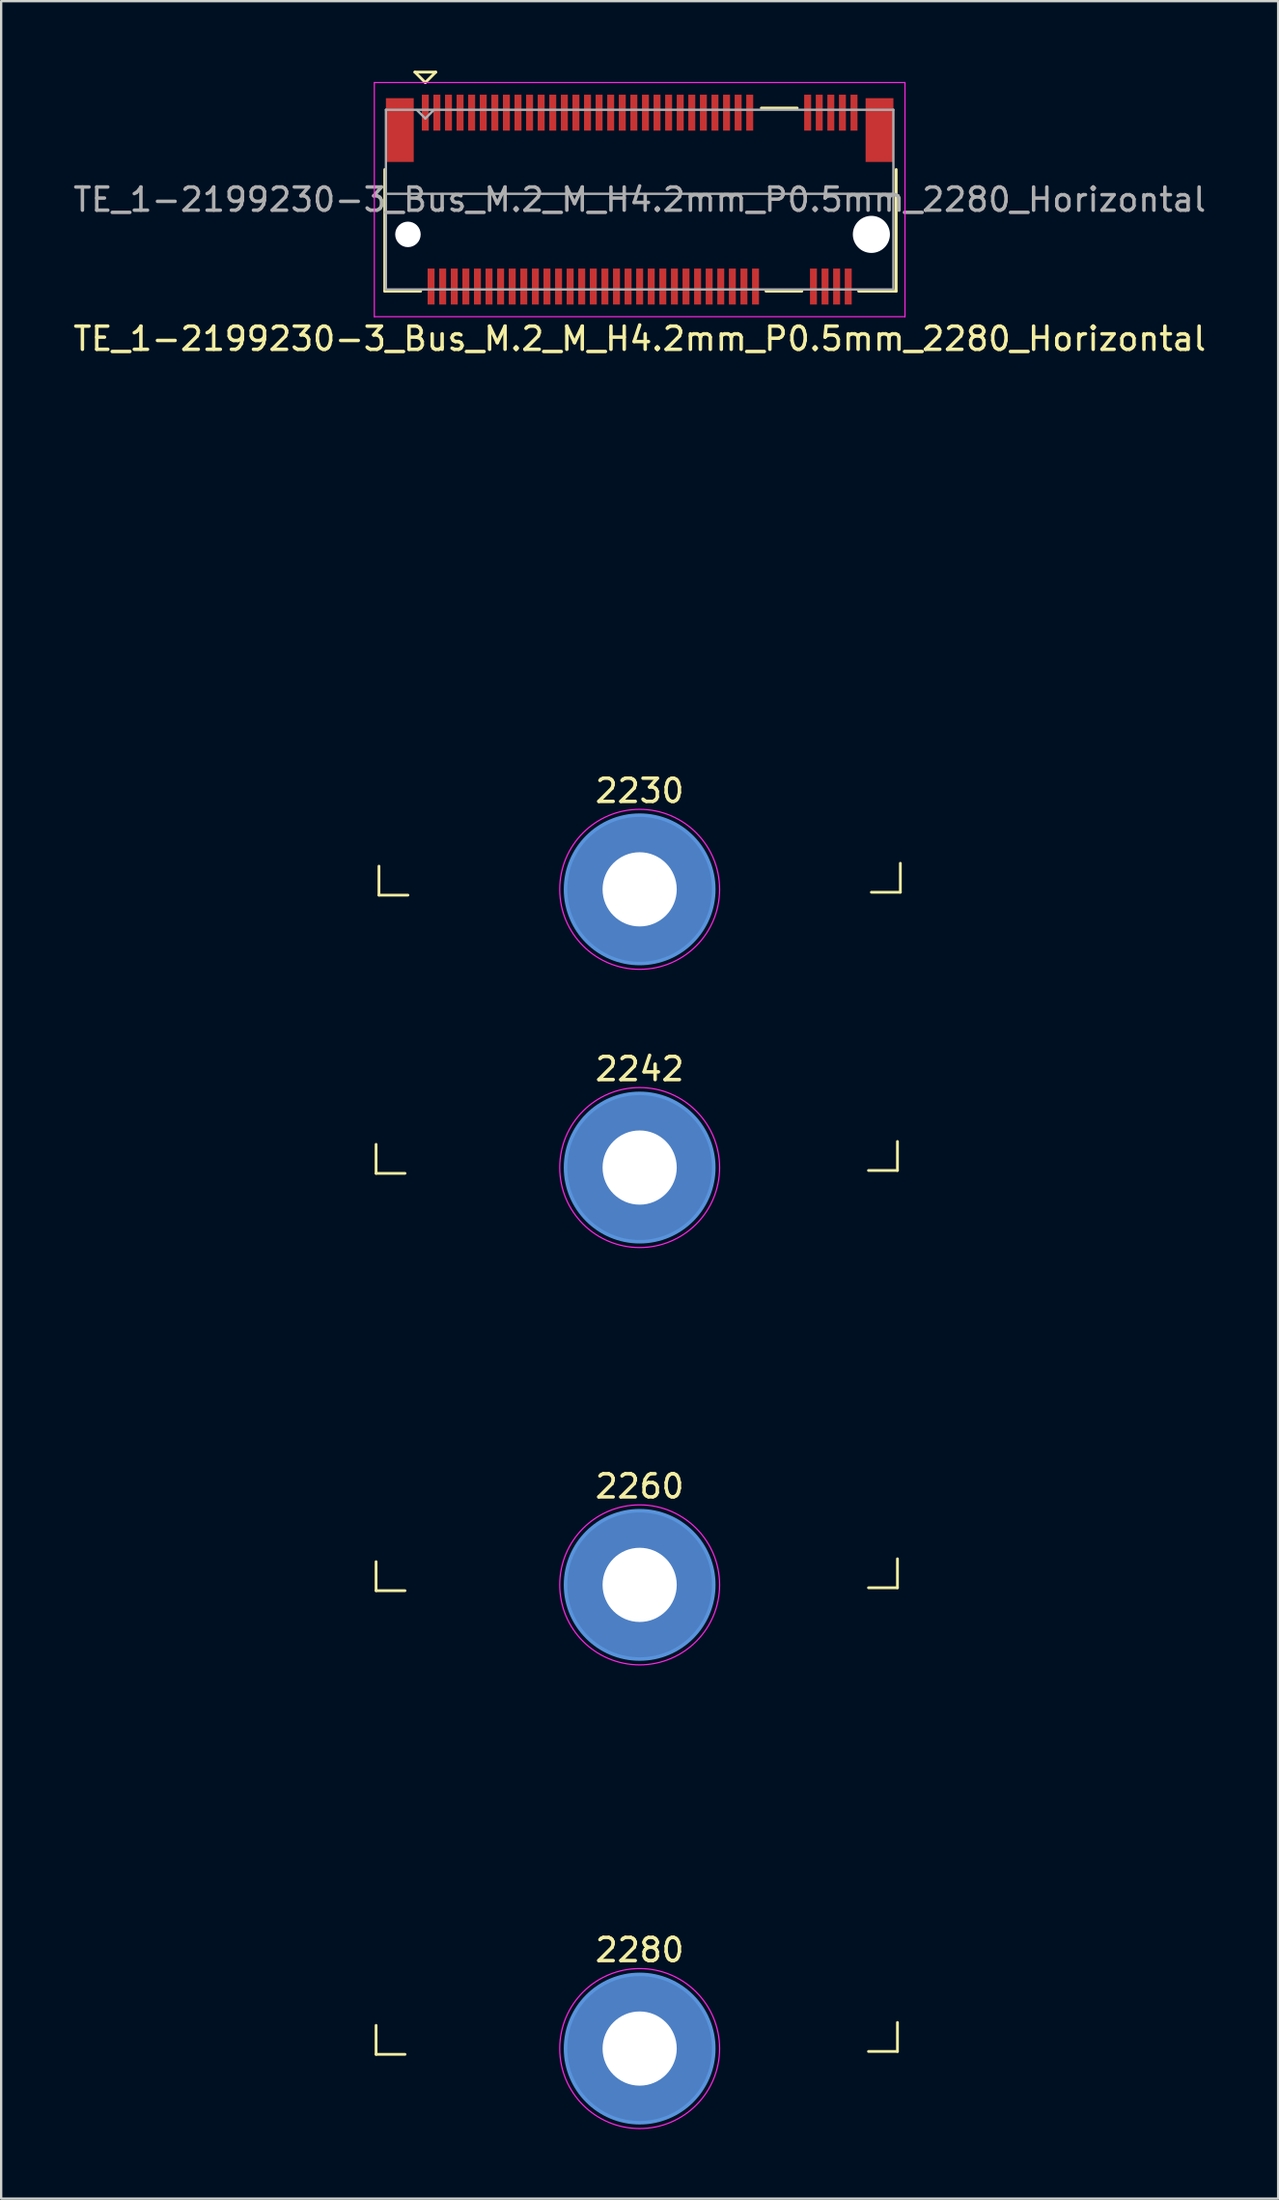
<source format=kicad_pcb>
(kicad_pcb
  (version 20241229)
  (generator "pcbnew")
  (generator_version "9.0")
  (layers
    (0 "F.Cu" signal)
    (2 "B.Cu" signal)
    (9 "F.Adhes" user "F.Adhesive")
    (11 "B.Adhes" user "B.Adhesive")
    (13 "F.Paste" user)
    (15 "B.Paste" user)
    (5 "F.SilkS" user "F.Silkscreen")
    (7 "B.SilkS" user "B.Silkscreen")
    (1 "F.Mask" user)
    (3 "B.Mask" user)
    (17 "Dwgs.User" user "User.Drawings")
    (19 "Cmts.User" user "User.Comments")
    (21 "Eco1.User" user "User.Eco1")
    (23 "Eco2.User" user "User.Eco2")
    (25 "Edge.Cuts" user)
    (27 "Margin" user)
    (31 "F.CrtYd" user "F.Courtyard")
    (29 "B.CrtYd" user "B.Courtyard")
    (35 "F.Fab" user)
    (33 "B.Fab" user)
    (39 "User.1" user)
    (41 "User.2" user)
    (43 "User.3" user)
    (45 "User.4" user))
  (footprint "TE_1-2199230-3_Bus_M.2_M_H4.2mm_P0.5mm_2280_Horizontal"
    (layer "F.Cu")
    (at 24.554 5.56)
    (property "Reference" "TE_1-2199230-3_Bus_M.2_M_H4.2mm_P0.5mm_2280_Horizontal" (at 0 6 0) (layer "F.SilkS") (effects (font (size 1 1) (thickness 0.15))))
    (attr smd)
    (fp_line (start -11.375 42) (end -11.375 40.75) (stroke (width 0.12) (type solid)) (layer "F.SilkS"))
    (fp_line (start -11.375 60) (end -11.375 58.75) (stroke (width 0.12) (type solid)) (layer "F.SilkS"))
    (fp_line (start -11.375 80) (end -11.375 78.75) (stroke (width 0.12) (type solid)) (layer "F.SilkS"))
    (fp_line (start -11.25 30) (end -11.25 28.75) (stroke (width 0.12) (type solid)) (layer "F.SilkS"))
    (fp_line (start -11 3.95) (end -11 -1.3) (stroke (width 0.12) (type solid)) (layer "F.SilkS"))
    (fp_line (start -10.125 42) (end -11.375 42) (stroke (width 0.12) (type solid)) (layer "F.SilkS"))
    (fp_line (start -10.125 60) (end -11.375 60) (stroke (width 0.12) (type solid)) (layer "F.SilkS"))
    (fp_line (start -10.125 80) (end -11.375 80) (stroke (width 0.12) (type solid)) (layer "F.SilkS"))
    (fp_line (start -10 30) (end -11.25 30) (stroke (width 0.12) (type solid)) (layer "F.SilkS"))
    (fp_line (start -9.7 -5.5) (end -8.8 -5.5) (stroke (width 0.12) (type solid)) (layer "F.SilkS"))
    (fp_line (start -9.45 3.95) (end -11 3.95) (stroke (width 0.12) (type solid)) (layer "F.SilkS"))
    (fp_line (start -9.25 -5.05) (end -9.7 -5.5) (stroke (width 0.12) (type solid)) (layer "F.SilkS"))
    (fp_line (start -8.8 -5.5) (end -9.25 -5.05) (stroke (width 0.12) (type solid)) (layer "F.SilkS"))
    (fp_line (start 6.8 -3.95) (end 5.25 -3.95) (stroke (width 0.12) (type solid)) (layer "F.SilkS"))
    (fp_line (start 7 3.95) (end 5.45 3.95) (stroke (width 0.12) (type solid)) (layer "F.SilkS"))
    (fp_line (start 11.07 -1.3) (end 11.07 3.95) (stroke (width 0.12) (type solid)) (layer "F.SilkS"))
    (fp_line (start 11.07 3.95) (end 9.45 3.95) (stroke (width 0.12) (type solid)) (layer "F.SilkS"))
    (fp_line (start 11.125 40.625) (end 11.125 41.875) (stroke (width 0.12) (type solid)) (layer "F.SilkS"))
    (fp_line (start 11.125 41.875) (end 9.875 41.875) (stroke (width 0.12) (type solid)) (layer "F.SilkS"))
    (fp_line (start 11.125 58.625) (end 11.125 59.875) (stroke (width 0.12) (type solid)) (layer "F.SilkS"))
    (fp_line (start 11.125 59.875) (end 9.875 59.875) (stroke (width 0.12) (type solid)) (layer "F.SilkS"))
    (fp_line (start 11.125 78.625) (end 11.125 79.875) (stroke (width 0.12) (type solid)) (layer "F.SilkS"))
    (fp_line (start 11.125 79.875) (end 9.875 79.875) (stroke (width 0.12) (type solid)) (layer "F.SilkS"))
    (fp_line (start 11.25 28.625) (end 11.25 29.875) (stroke (width 0.12) (type solid)) (layer "F.SilkS"))
    (fp_line (start 11.25 29.875) (end 10 29.875) (stroke (width 0.12) (type solid)) (layer "F.SilkS"))
    (fp_circle (center 0 29.75) (end 3.2 29.75) (stroke (width 0.15) (type solid)) (fill no) (layer "Cmts.User"))
    (fp_circle (center 0 41.75) (end 3.2 41.75) (stroke (width 0.15) (type solid)) (fill no) (layer "Cmts.User"))
    (fp_circle (center 0 59.75) (end 3.2 59.75) (stroke (width 0.15) (type solid)) (fill no) (layer "Cmts.User"))
    (fp_circle (center 0 79.75) (end 3.2 79.75) (stroke (width 0.15) (type solid)) (fill no) (layer "Cmts.User"))
    (fp_line (start -11.45 -5.05) (end 11.45 -5.05) (stroke (width 0.05) (type solid)) (layer "F.CrtYd"))
    (fp_line (start -11.45 5.05) (end -11.45 -5.05) (stroke (width 0.05) (type solid)) (layer "F.CrtYd"))
    (fp_line (start -11.45 5.05) (end 11.45 5.05) (stroke (width 0.05) (type solid)) (layer "F.CrtYd"))
    (fp_line (start 11.45 -5.05) (end 11.45 5.05) (stroke (width 0.05) (type solid)) (layer "F.CrtYd"))
    (fp_circle (center 0 29.75) (end 3.45 29.75) (stroke (width 0.05) (type solid)) (fill no) (layer "F.CrtYd"))
    (fp_circle (center 0 41.75) (end 3.45 41.75) (stroke (width 0.05) (type solid)) (fill no) (layer "F.CrtYd"))
    (fp_circle (center 0 59.75) (end 3.45 59.75) (stroke (width 0.05) (type solid)) (fill no) (layer "F.CrtYd"))
    (fp_circle (center 0 79.75) (end 3.45 79.75) (stroke (width 0.05) (type solid)) (fill no) (layer "F.CrtYd"))
    (fp_line (start -10.95 -3.875) (end -10.95 3.875) (stroke (width 0.1) (type solid)) (layer "F.Fab"))
    (fp_line (start -10.95 -0.25) (end 10.95 -0.25) (stroke (width 0.1) (type solid)) (layer "F.Fab"))
    (fp_line (start -10.95 3.875) (end 10.95 3.875) (stroke (width 0.1) (type solid)) (layer "F.Fab"))
    (fp_line (start -9.25 -3.5) (end -9.61 -3.86) (stroke (width 0.1) (type solid)) (layer "F.Fab"))
    (fp_line (start -9.25 -3.5) (end -8.89 -3.86) (stroke (width 0.1) (type solid)) (layer "F.Fab"))
    (fp_line (start 10.95 -3.875) (end -10.95 -3.875) (stroke (width 0.1) (type solid)) (layer "F.Fab"))
    (fp_line (start 10.95 -3.875) (end 10.95 3.875) (stroke (width 0.1) (type solid)) (layer "F.Fab"))
    (fp_text user "2230" (at 0 25.5 0) (unlocked yes) (layer "F.SilkS") (effects (font (size 1 1) (thickness 0.15))))
    (fp_text user "2260" (at 0 55.5 0) (unlocked yes) (layer "F.SilkS") (effects (font (size 1 1) (thickness 0.15))))
    (fp_text user "2280" (at 0 75.5 0) (unlocked yes) (layer "F.SilkS") (effects (font (size 1 1) (thickness 0.15))))
    (fp_text user "2242" (at 0 37.5 0) (unlocked yes) (layer "F.SilkS") (effects (font (size 1 1) (thickness 0.15))))
    (fp_text user "${REFERENCE}" (at 0 0 0) (layer "F.Fab") (effects (font (size 1 1) (thickness 0.15))))
    (pad "" np_thru_hole circle (at -10 1.5) (size 1.1 1.1) (drill 1.1) (layers "*.Cu" "*.Mask"))
    (pad "" np_thru_hole circle (at 10 1.5) (size 1.6 1.6) (drill 1.6) (layers "*.Cu" "*.Mask"))
    (pad "1" smd rect (at -9.25 -3.75) (size 0.3 1.55) (layers "F.Cu" "F.Mask" "F.Paste"))
    (pad "2" smd rect (at -9 3.75) (size 0.3 1.55) (layers "F.Cu" "F.Mask" "F.Paste"))
    (pad "3" smd rect (at -8.75 -3.75) (size 0.3 1.55) (layers "F.Cu" "F.Mask" "F.Paste"))
    (pad "4" smd rect (at -8.5 3.75) (size 0.3 1.55) (layers "F.Cu" "F.Mask" "F.Paste"))
    (pad "5" smd rect (at -8.25 -3.75) (size 0.3 1.55) (layers "F.Cu" "F.Mask" "F.Paste"))
    (pad "6" smd rect (at -8 3.75) (size 0.3 1.55) (layers "F.Cu" "F.Mask" "F.Paste"))
    (pad "7" smd rect (at -7.75 -3.75) (size 0.3 1.55) (layers "F.Cu" "F.Mask" "F.Paste"))
    (pad "8" smd rect (at -7.5 3.75) (size 0.3 1.55) (layers "F.Cu" "F.Mask" "F.Paste"))
    (pad "9" smd rect (at -7.25 -3.75) (size 0.3 1.55) (layers "F.Cu" "F.Mask" "F.Paste"))
    (pad "10" smd rect (at -7 3.75) (size 0.3 1.55) (layers "F.Cu" "F.Mask" "F.Paste"))
    (pad "11" smd rect (at -6.75 -3.75) (size 0.3 1.55) (layers "F.Cu" "F.Mask" "F.Paste"))
    (pad "12" smd rect (at -6.5 3.75) (size 0.3 1.55) (layers "F.Cu" "F.Mask" "F.Paste"))
    (pad "13" smd rect (at -6.25 -3.75) (size 0.3 1.55) (layers "F.Cu" "F.Mask" "F.Paste"))
    (pad "14" smd rect (at -6 3.75) (size 0.3 1.55) (layers "F.Cu" "F.Mask" "F.Paste"))
    (pad "15" smd rect (at -5.75 -3.75) (size 0.3 1.55) (layers "F.Cu" "F.Mask" "F.Paste"))
    (pad "16" smd rect (at -5.5 3.75) (size 0.3 1.55) (layers "F.Cu" "F.Mask" "F.Paste"))
    (pad "17" smd rect (at -5.25 -3.75) (size 0.3 1.55) (layers "F.Cu" "F.Mask" "F.Paste"))
    (pad "18" smd rect (at -5 3.75) (size 0.3 1.55) (layers "F.Cu" "F.Mask" "F.Paste"))
    (pad "19" smd rect (at -4.75 -3.75) (size 0.3 1.55) (layers "F.Cu" "F.Mask" "F.Paste"))
    (pad "20" smd rect (at -4.5 3.75) (size 0.3 1.55) (layers "F.Cu" "F.Mask" "F.Paste"))
    (pad "21" smd rect (at -4.25 -3.75) (size 0.3 1.55) (layers "F.Cu" "F.Mask" "F.Paste"))
    (pad "22" smd rect (at -4 3.75) (size 0.3 1.55) (layers "F.Cu" "F.Mask" "F.Paste"))
    (pad "23" smd rect (at -3.75 -3.75) (size 0.3 1.55) (layers "F.Cu" "F.Mask" "F.Paste"))
    (pad "24" smd rect (at -3.5 3.75) (size 0.3 1.55) (layers "F.Cu" "F.Mask" "F.Paste"))
    (pad "25" smd rect (at -3.25 -3.75) (size 0.3 1.55) (layers "F.Cu" "F.Mask" "F.Paste"))
    (pad "26" smd rect (at -3 3.75) (size 0.3 1.55) (layers "F.Cu" "F.Mask" "F.Paste"))
    (pad "27" smd rect (at -2.75 -3.75) (size 0.3 1.55) (layers "F.Cu" "F.Mask" "F.Paste"))
    (pad "28" smd rect (at -2.5 3.75) (size 0.3 1.55) (layers "F.Cu" "F.Mask" "F.Paste"))
    (pad "29" smd rect (at -2.25 -3.75) (size 0.3 1.55) (layers "F.Cu" "F.Mask" "F.Paste"))
    (pad "30" smd rect (at -2 3.75) (size 0.3 1.55) (layers "F.Cu" "F.Mask" "F.Paste"))
    (pad "31" smd rect (at -1.75 -3.75) (size 0.3 1.55) (layers "F.Cu" "F.Mask" "F.Paste"))
    (pad "32" smd rect (at -1.5 3.75) (size 0.3 1.55) (layers "F.Cu" "F.Mask" "F.Paste"))
    (pad "33" smd rect (at -1.25 -3.75) (size 0.3 1.55) (layers "F.Cu" "F.Mask" "F.Paste"))
    (pad "34" smd rect (at -1 3.75) (size 0.3 1.55) (layers "F.Cu" "F.Mask" "F.Paste"))
    (pad "35" smd rect (at -0.75 -3.75) (size 0.3 1.55) (layers "F.Cu" "F.Mask" "F.Paste"))
    (pad "36" smd rect (at -0.5 3.75) (size 0.3 1.55) (layers "F.Cu" "F.Mask" "F.Paste"))
    (pad "37" smd rect (at -0.25 -3.75) (size 0.3 1.55) (layers "F.Cu" "F.Mask" "F.Paste"))
    (pad "38" smd rect (at 0 3.75) (size 0.3 1.55) (layers "F.Cu" "F.Mask" "F.Paste"))
    (pad "39" smd rect (at 0.25 -3.75) (size 0.3 1.55) (layers "F.Cu" "F.Mask" "F.Paste"))
    (pad "40" smd rect (at 0.5 3.75) (size 0.3 1.55) (layers "F.Cu" "F.Mask" "F.Paste"))
    (pad "41" smd rect (at 0.75 -3.75) (size 0.3 1.55) (layers "F.Cu" "F.Mask" "F.Paste"))
    (pad "42" smd rect (at 1 3.75) (size 0.3 1.55) (layers "F.Cu" "F.Mask" "F.Paste"))
    (pad "43" smd rect (at 1.25 -3.75) (size 0.3 1.55) (layers "F.Cu" "F.Mask" "F.Paste"))
    (pad "44" smd rect (at 1.5 3.75) (size 0.3 1.55) (layers "F.Cu" "F.Mask" "F.Paste"))
    (pad "45" smd rect (at 1.75 -3.75) (size 0.3 1.55) (layers "F.Cu" "F.Mask" "F.Paste"))
    (pad "46" smd rect (at 2 3.75) (size 0.3 1.55) (layers "F.Cu" "F.Mask" "F.Paste"))
    (pad "47" smd rect (at 2.25 -3.75) (size 0.3 1.55) (layers "F.Cu" "F.Mask" "F.Paste"))
    (pad "48" smd rect (at 2.5 3.75) (size 0.3 1.55) (layers "F.Cu" "F.Mask" "F.Paste"))
    (pad "49" smd rect (at 2.75 -3.75) (size 0.3 1.55) (layers "F.Cu" "F.Mask" "F.Paste"))
    (pad "50" smd rect (at 3 3.75) (size 0.3 1.55) (layers "F.Cu" "F.Mask" "F.Paste"))
    (pad "51" smd rect (at 3.25 -3.75) (size 0.3 1.55) (layers "F.Cu" "F.Mask" "F.Paste"))
    (pad "52" smd rect (at 3.5 3.75) (size 0.3 1.55) (layers "F.Cu" "F.Mask" "F.Paste"))
    (pad "53" smd rect (at 3.75 -3.75) (size 0.3 1.55) (layers "F.Cu" "F.Mask" "F.Paste"))
    (pad "54" smd rect (at 4 3.75) (size 0.3 1.55) (layers "F.Cu" "F.Mask" "F.Paste"))
    (pad "55" smd rect (at 4.25 -3.75) (size 0.3 1.55) (layers "F.Cu" "F.Mask" "F.Paste"))
    (pad "56" smd rect (at 4.5 3.75) (size 0.3 1.55) (layers "F.Cu" "F.Mask" "F.Paste"))
    (pad "57" smd rect (at 4.75 -3.75) (size 0.3 1.55) (layers "F.Cu" "F.Mask" "F.Paste"))
    (pad "58" smd rect (at 5 3.75) (size 0.3 1.55) (layers "F.Cu" "F.Mask" "F.Paste"))
    (pad "67" smd rect (at 7.25 -3.75) (size 0.3 1.55) (layers "F.Cu" "F.Mask" "F.Paste"))
    (pad "68" smd rect (at 7.5 3.75) (size 0.3 1.55) (layers "F.Cu" "F.Mask" "F.Paste"))
    (pad "69" smd rect (at 7.75 -3.75) (size 0.3 1.55) (layers "F.Cu" "F.Mask" "F.Paste"))
    (pad "70" smd rect (at 8 3.75) (size 0.3 1.55) (layers "F.Cu" "F.Mask" "F.Paste"))
    (pad "71" smd rect (at 8.25 -3.75) (size 0.3 1.55) (layers "F.Cu" "F.Mask" "F.Paste"))
    (pad "72" smd rect (at 8.5 3.75) (size 0.3 1.55) (layers "F.Cu" "F.Mask" "F.Paste"))
    (pad "73" smd rect (at 8.75 -3.75) (size 0.3 1.55) (layers "F.Cu" "F.Mask" "F.Paste"))
    (pad "74" smd rect (at 9 3.75) (size 0.3 1.55) (layers "F.Cu" "F.Mask" "F.Paste"))
    (pad "75" smd rect (at 9.25 -3.75) (size 0.3 1.55) (layers "F.Cu" "F.Mask" "F.Paste"))
    (pad "MP" smd rect (at -10.35 -3) (size 1.2 2.75) (layers "F.Cu" "F.Mask" "F.Paste"))
    (pad "MP" thru_hole circle (at 0 29.75) (size 6.4 6.4) (drill 3.2) (layers "*.Cu" "*.Mask"))
    (pad "MP" thru_hole circle (at 0 41.75) (size 6.4 6.4) (drill 3.2) (layers "*.Cu" "*.Mask"))
    (pad "MP" thru_hole circle (at 0 59.75) (size 6.4 6.4) (drill 3.2) (layers "*.Cu" "*.Mask"))
    (pad "MP" thru_hole circle (at 0 79.75) (size 6.4 6.4) (drill 3.2) (layers "*.Cu" "*.Mask"))
    (pad "MP" smd rect (at 10.35 -3) (size 1.2 2.75) (layers "F.Cu" "F.Mask" "F.Paste")))
  (gr_rect
    (start -3 -3)
    (end 52.107 91.785)
    (stroke (width 0.1) (type default))
    (fill no)
    (layer "Edge.Cuts")))
</source>
